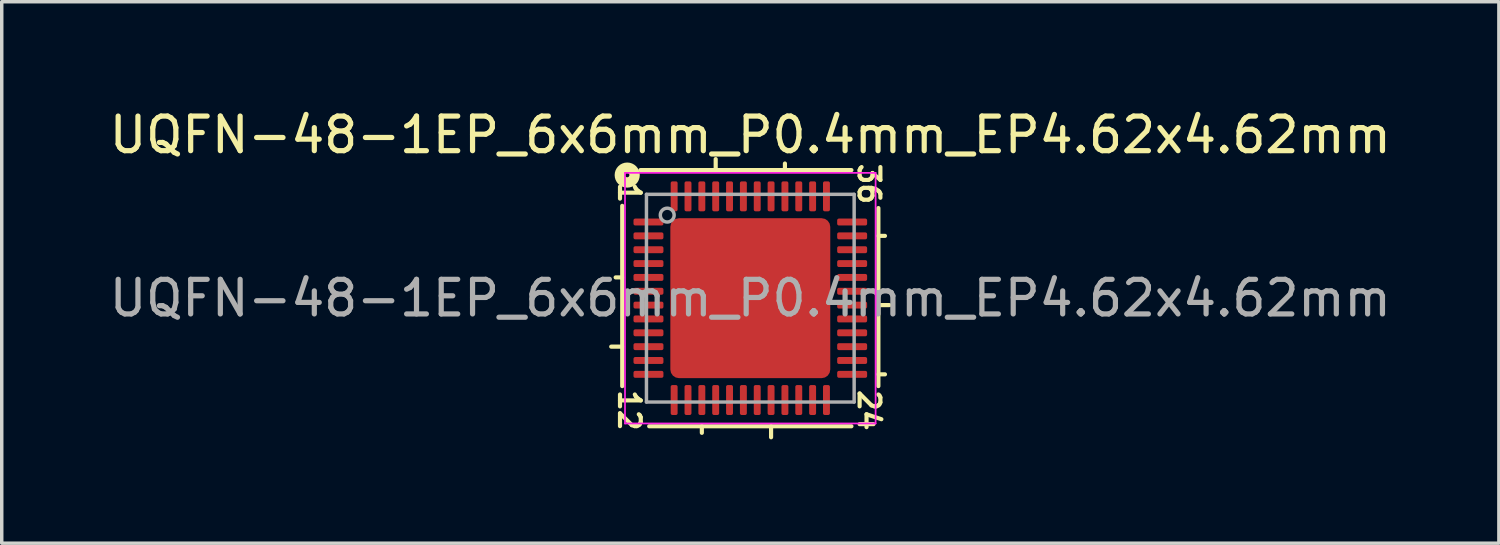
<source format=kicad_pcb>
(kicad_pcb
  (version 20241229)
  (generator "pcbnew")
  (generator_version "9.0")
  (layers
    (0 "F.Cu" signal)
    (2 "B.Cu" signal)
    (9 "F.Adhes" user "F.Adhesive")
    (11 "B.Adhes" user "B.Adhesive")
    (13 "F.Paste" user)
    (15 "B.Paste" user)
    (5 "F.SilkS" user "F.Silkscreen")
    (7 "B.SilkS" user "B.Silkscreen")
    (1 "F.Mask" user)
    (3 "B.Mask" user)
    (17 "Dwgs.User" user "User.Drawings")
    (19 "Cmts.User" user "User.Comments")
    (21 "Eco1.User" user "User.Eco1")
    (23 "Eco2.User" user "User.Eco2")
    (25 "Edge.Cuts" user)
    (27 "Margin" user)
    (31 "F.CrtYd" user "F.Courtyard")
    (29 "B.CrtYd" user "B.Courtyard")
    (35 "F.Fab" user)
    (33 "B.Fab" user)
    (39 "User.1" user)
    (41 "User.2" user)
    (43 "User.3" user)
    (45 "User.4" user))
  (footprint "UQFN-48-1EP_6x6mm_P0.4mm_EP4.62x4.62mm"
    (layer "F.Cu")
    (at 18.625 5.564)
    (property "Reference" "UQFN-48-1EP_6x6mm_P0.4mm_EP4.62x4.62mm" (at 0 -4.716 0) (layer "F.SilkS") (effects (font (size 1 1) (thickness 0.15))))
    (attr smd)
    (fp_line (start -3.7 -2.667) (end -3.7 2.54) (stroke (width 0.12) (type solid)) (layer "F.SilkS"))
    (fp_line (start -3.7 -0.6) (end -3.89 -0.6) (stroke (width 0.12) (type solid)) (layer "F.SilkS"))
    (fp_line (start -3.7 1.4) (end -4.018 1.4) (stroke (width 0.12) (type solid)) (layer "F.SilkS"))
    (fp_line (start -2.921 3.7) (end 2.921 3.7) (stroke (width 0.12) (type solid)) (layer "F.SilkS"))
    (fp_line (start -1.4 3.89) (end -1.4 3.7) (stroke (width 0.12) (type solid)) (layer "F.SilkS"))
    (fp_line (start -1 -3.7) (end -1 -4.018) (stroke (width 0.12) (type solid)) (layer "F.SilkS"))
    (fp_line (start 0.6 3.7) (end 0.6 4.018) (stroke (width 0.12) (type solid)) (layer "F.SilkS"))
    (fp_line (start 1 -3.7) (end 1 -3.89) (stroke (width 0.12) (type solid)) (layer "F.SilkS"))
    (fp_line (start 2.921 -3.7) (end -3.175 -3.7) (stroke (width 0.12) (type solid)) (layer "F.SilkS"))
    (fp_line (start 3.7 -1.8) (end 3.89 -1.8) (stroke (width 0.12) (type solid)) (layer "F.SilkS"))
    (fp_line (start 3.7 0.2) (end 4.018 0.2) (stroke (width 0.12) (type solid)) (layer "F.SilkS"))
    (fp_line (start 3.7 2.2) (end 3.89 2.2) (stroke (width 0.12) (type solid)) (layer "F.SilkS"))
    (fp_line (start 3.7 2.54) (end 3.7 -2.603) (stroke (width 0.12) (type solid)) (layer "F.SilkS"))
    (fp_circle (center -3.556 -3.556) (end -3.493 -3.556) (stroke (width 0.3) (type solid)) (fill no) (layer "F.SilkS"))
    (fp_line (start -3.62 -3.62) (end -3.62 3.62) (stroke (width 0.05) (type solid)) (layer "F.CrtYd"))
    (fp_line (start -3.62 3.62) (end 3.62 3.62) (stroke (width 0.05) (type solid)) (layer "F.CrtYd"))
    (fp_line (start 3.62 -3.62) (end -3.62 -3.62) (stroke (width 0.05) (type solid)) (layer "F.CrtYd"))
    (fp_line (start 3.62 3.62) (end 3.62 -3.62) (stroke (width 0.05) (type solid)) (layer "F.CrtYd"))
    (fp_line (start -3 -3) (end 3 -3) (stroke (width 0.1) (type solid)) (layer "F.Fab"))
    (fp_line (start -3 3) (end -3 -3) (stroke (width 0.1) (type solid)) (layer "F.Fab"))
    (fp_line (start 3 -3) (end 3 3) (stroke (width 0.1) (type solid)) (layer "F.Fab"))
    (fp_line (start 3 3) (end -3 3) (stroke (width 0.1) (type solid)) (layer "F.Fab"))
    (fp_circle (center -2.4 -2.4) (end -2.2 -2.4) (stroke (width 0.1) (type solid)) (fill no) (layer "F.Fab"))
    (fp_text user "12" (at -3.493 3.239 270) (unlocked yes) (layer "F.SilkS") (effects (font (size 0.6 0.6) (thickness 0.12))))
    (fp_text user "24" (at 3.429 3.239 270) (unlocked yes) (layer "F.SilkS") (effects (font (size 0.6 0.6) (thickness 0.12))))
    (fp_text user "1" (at -3.493 -3.048 270) (unlocked yes) (layer "F.SilkS") (effects (font (size 0.6 0.6) (thickness 0.12))))
    (fp_text user "36" (at 3.429 -3.302 270) (unlocked yes) (layer "F.SilkS") (effects (font (size 0.6 0.6) (thickness 0.12))))
    (fp_text user "${REFERENCE}" (at 0 0 0) (layer "F.Fab") (effects (font (size 1 1) (thickness 0.15))))
    (pad "" smd roundrect (at -1.155 -1.155) (size 1.86 1.86) (layers "F.Paste") (roundrect_rratio 0.134))
    (pad "" smd roundrect (at -1.155 1.155) (size 1.86 1.86) (layers "F.Paste") (roundrect_rratio 0.134))
    (pad "" smd roundrect (at 1.155 -1.155) (size 1.86 1.86) (layers "F.Paste") (roundrect_rratio 0.134))
    (pad "" smd roundrect (at 1.155 1.155) (size 1.86 1.86) (layers "F.Paste") (roundrect_rratio 0.134))
    (pad "1" smd roundrect (at -2.942 -2.2) (size 0.865 0.2) (layers "F.Cu" "F.Mask" "F.Paste") (roundrect_rratio 0.25))
    (pad "2" smd roundrect (at -2.942 -1.8) (size 0.865 0.2) (layers "F.Cu" "F.Mask" "F.Paste") (roundrect_rratio 0.25))
    (pad "3" smd roundrect (at -2.942 -1.4) (size 0.865 0.2) (layers "F.Cu" "F.Mask" "F.Paste") (roundrect_rratio 0.25))
    (pad "4" smd roundrect (at -2.942 -1) (size 0.865 0.2) (layers "F.Cu" "F.Mask" "F.Paste") (roundrect_rratio 0.25))
    (pad "5" smd roundrect (at -2.942 -0.6) (size 0.865 0.2) (layers "F.Cu" "F.Mask" "F.Paste") (roundrect_rratio 0.25))
    (pad "6" smd roundrect (at -2.942 -0.2) (size 0.865 0.2) (layers "F.Cu" "F.Mask" "F.Paste") (roundrect_rratio 0.25))
    (pad "7" smd roundrect (at -2.942 0.2) (size 0.865 0.2) (layers "F.Cu" "F.Mask" "F.Paste") (roundrect_rratio 0.25))
    (pad "8" smd roundrect (at -2.942 0.6) (size 0.865 0.2) (layers "F.Cu" "F.Mask" "F.Paste") (roundrect_rratio 0.25))
    (pad "9" smd roundrect (at -2.942 1) (size 0.865 0.2) (layers "F.Cu" "F.Mask" "F.Paste") (roundrect_rratio 0.25))
    (pad "10" smd roundrect (at -2.942 1.4) (size 0.865 0.2) (layers "F.Cu" "F.Mask" "F.Paste") (roundrect_rratio 0.25))
    (pad "11" smd roundrect (at -2.942 1.8) (size 0.865 0.2) (layers "F.Cu" "F.Mask" "F.Paste") (roundrect_rratio 0.25))
    (pad "12" smd roundrect (at -2.942 2.2) (size 0.865 0.2) (layers "F.Cu" "F.Mask" "F.Paste") (roundrect_rratio 0.25))
    (pad "13" smd roundrect (at -2.2 2.942) (size 0.2 0.865) (layers "F.Cu" "F.Mask" "F.Paste") (roundrect_rratio 0.25))
    (pad "14" smd roundrect (at -1.8 2.942) (size 0.2 0.865) (layers "F.Cu" "F.Mask" "F.Paste") (roundrect_rratio 0.25))
    (pad "15" smd roundrect (at -1.4 2.942) (size 0.2 0.865) (layers "F.Cu" "F.Mask" "F.Paste") (roundrect_rratio 0.25))
    (pad "16" smd roundrect (at -1 2.942) (size 0.2 0.865) (layers "F.Cu" "F.Mask" "F.Paste") (roundrect_rratio 0.25))
    (pad "17" smd roundrect (at -0.6 2.942) (size 0.2 0.865) (layers "F.Cu" "F.Mask" "F.Paste") (roundrect_rratio 0.25))
    (pad "18" smd roundrect (at -0.2 2.942) (size 0.2 0.865) (layers "F.Cu" "F.Mask" "F.Paste") (roundrect_rratio 0.25))
    (pad "19" smd roundrect (at 0.2 2.942) (size 0.2 0.865) (layers "F.Cu" "F.Mask" "F.Paste") (roundrect_rratio 0.25))
    (pad "20" smd roundrect (at 0.6 2.942) (size 0.2 0.865) (layers "F.Cu" "F.Mask" "F.Paste") (roundrect_rratio 0.25))
    (pad "21" smd roundrect (at 1 2.942) (size 0.2 0.865) (layers "F.Cu" "F.Mask" "F.Paste") (roundrect_rratio 0.25))
    (pad "22" smd roundrect (at 1.4 2.942) (size 0.2 0.865) (layers "F.Cu" "F.Mask" "F.Paste") (roundrect_rratio 0.25))
    (pad "23" smd roundrect (at 1.8 2.942) (size 0.2 0.865) (layers "F.Cu" "F.Mask" "F.Paste") (roundrect_rratio 0.25))
    (pad "24" smd roundrect (at 2.2 2.942) (size 0.2 0.865) (layers "F.Cu" "F.Mask" "F.Paste") (roundrect_rratio 0.25))
    (pad "25" smd roundrect (at 2.942 2.2) (size 0.865 0.2) (layers "F.Cu" "F.Mask" "F.Paste") (roundrect_rratio 0.25))
    (pad "26" smd roundrect (at 2.942 1.8) (size 0.865 0.2) (layers "F.Cu" "F.Mask" "F.Paste") (roundrect_rratio 0.25))
    (pad "27" smd roundrect (at 2.942 1.4) (size 0.865 0.2) (layers "F.Cu" "F.Mask" "F.Paste") (roundrect_rratio 0.25))
    (pad "28" smd roundrect (at 2.942 1) (size 0.865 0.2) (layers "F.Cu" "F.Mask" "F.Paste") (roundrect_rratio 0.25))
    (pad "29" smd roundrect (at 2.942 0.6) (size 0.865 0.2) (layers "F.Cu" "F.Mask" "F.Paste") (roundrect_rratio 0.25))
    (pad "30" smd roundrect (at 2.942 0.2) (size 0.865 0.2) (layers "F.Cu" "F.Mask" "F.Paste") (roundrect_rratio 0.25))
    (pad "31" smd roundrect (at 2.942 -0.2) (size 0.865 0.2) (layers "F.Cu" "F.Mask" "F.Paste") (roundrect_rratio 0.25))
    (pad "32" smd roundrect (at 2.942 -0.6) (size 0.865 0.2) (layers "F.Cu" "F.Mask" "F.Paste") (roundrect_rratio 0.25))
    (pad "33" smd roundrect (at 2.942 -1) (size 0.865 0.2) (layers "F.Cu" "F.Mask" "F.Paste") (roundrect_rratio 0.25))
    (pad "34" smd roundrect (at 2.942 -1.4) (size 0.865 0.2) (layers "F.Cu" "F.Mask" "F.Paste") (roundrect_rratio 0.25))
    (pad "35" smd roundrect (at 2.942 -1.8) (size 0.865 0.2) (layers "F.Cu" "F.Mask" "F.Paste") (roundrect_rratio 0.25))
    (pad "36" smd roundrect (at 2.942 -2.2) (size 0.865 0.2) (layers "F.Cu" "F.Mask" "F.Paste") (roundrect_rratio 0.25))
    (pad "37" smd roundrect (at 2.2 -2.942) (size 0.2 0.865) (layers "F.Cu" "F.Mask" "F.Paste") (roundrect_rratio 0.25))
    (pad "38" smd roundrect (at 1.8 -2.942) (size 0.2 0.865) (layers "F.Cu" "F.Mask" "F.Paste") (roundrect_rratio 0.25))
    (pad "39" smd roundrect (at 1.4 -2.942) (size 0.2 0.865) (layers "F.Cu" "F.Mask" "F.Paste") (roundrect_rratio 0.25))
    (pad "40" smd roundrect (at 1 -2.942) (size 0.2 0.865) (layers "F.Cu" "F.Mask" "F.Paste") (roundrect_rratio 0.25))
    (pad "41" smd roundrect (at 0.6 -2.942) (size 0.2 0.865) (layers "F.Cu" "F.Mask" "F.Paste") (roundrect_rratio 0.25))
    (pad "42" smd roundrect (at 0.2 -2.942) (size 0.2 0.865) (layers "F.Cu" "F.Mask" "F.Paste") (roundrect_rratio 0.25))
    (pad "43" smd roundrect (at -0.2 -2.942) (size 0.2 0.865) (layers "F.Cu" "F.Mask" "F.Paste") (roundrect_rratio 0.25))
    (pad "44" smd roundrect (at -0.6 -2.942) (size 0.2 0.865) (layers "F.Cu" "F.Mask" "F.Paste") (roundrect_rratio 0.25))
    (pad "45" smd roundrect (at -1 -2.942) (size 0.2 0.865) (layers "F.Cu" "F.Mask" "F.Paste") (roundrect_rratio 0.25))
    (pad "46" smd roundrect (at -1.4 -2.942) (size 0.2 0.865) (layers "F.Cu" "F.Mask" "F.Paste") (roundrect_rratio 0.25))
    (pad "47" smd roundrect (at -1.8 -2.942) (size 0.2 0.865) (layers "F.Cu" "F.Mask" "F.Paste") (roundrect_rratio 0.25))
    (pad "48" smd roundrect (at -2.2 -2.942) (size 0.2 0.865) (layers "F.Cu" "F.Mask" "F.Paste") (roundrect_rratio 0.25))
    (pad "49" smd roundrect (at 0 0) (size 4.62 4.62) (layers "F.Cu" "F.Mask") (roundrect_rratio 0.054)))
  (gr_rect
    (start -3 -3)
    (end 40.25 12.642)
    (stroke (width 0.1) (type default))
    (fill no)
    (layer "Edge.Cuts")))
</source>
